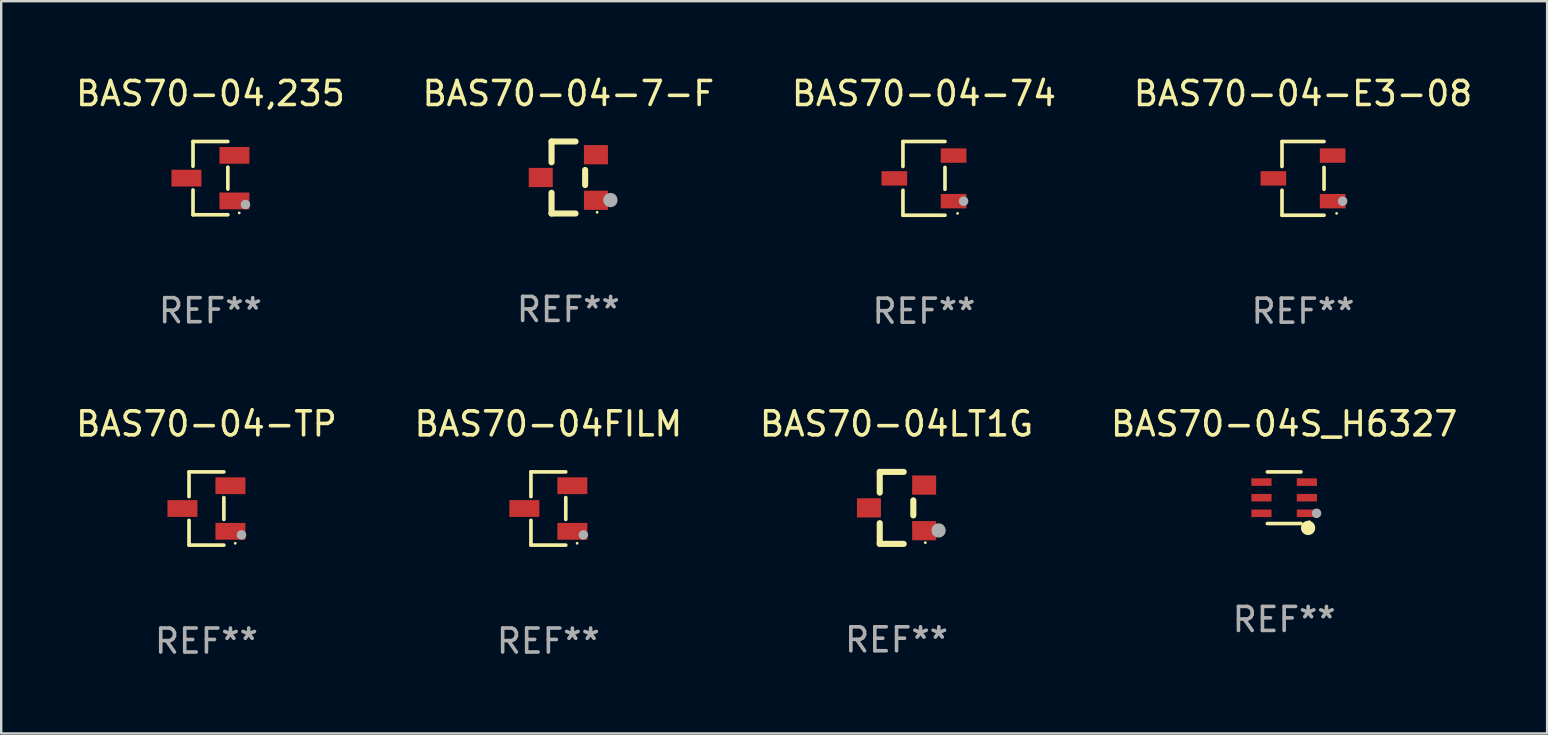
<source format=kicad_pcb>
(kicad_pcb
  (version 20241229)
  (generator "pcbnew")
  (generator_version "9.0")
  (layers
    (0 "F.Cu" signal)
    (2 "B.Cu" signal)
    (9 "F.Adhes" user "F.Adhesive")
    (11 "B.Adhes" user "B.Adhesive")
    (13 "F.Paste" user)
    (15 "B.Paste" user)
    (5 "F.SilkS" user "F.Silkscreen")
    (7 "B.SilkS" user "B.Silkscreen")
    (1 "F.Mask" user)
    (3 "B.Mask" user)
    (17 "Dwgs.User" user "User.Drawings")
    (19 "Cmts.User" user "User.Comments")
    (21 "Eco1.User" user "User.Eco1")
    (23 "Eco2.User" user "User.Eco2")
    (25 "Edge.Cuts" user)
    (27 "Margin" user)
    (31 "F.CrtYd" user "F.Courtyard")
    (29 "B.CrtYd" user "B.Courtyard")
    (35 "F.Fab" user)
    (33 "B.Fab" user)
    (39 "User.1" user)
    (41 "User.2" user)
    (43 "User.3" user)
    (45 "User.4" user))
  (footprint "BAS70-04LT1G"
    (layer "F.Cu")
    (at 34.315 18.117)
    (property "Reference" "BAS70-04LT1G" (at 0 -3.5 0) (layer "F.SilkS") (effects (font (size 1 1) (thickness 0.15))))
    (attr through_hole)
    (fp_line (start -0.7 -1.5) (end 0.3 -1.5) (stroke (width 0.254) (type solid)) (layer "F.SilkS"))
    (fp_line (start -0.7 -0.636) (end -0.7 -1.5) (stroke (width 0.254) (type solid)) (layer "F.SilkS"))
    (fp_line (start -0.7 1.5) (end -0.7 0.636) (stroke (width 0.254) (type solid)) (layer "F.SilkS"))
    (fp_line (start -0.7 1.5) (end 0.3 1.5) (stroke (width 0.254) (type solid)) (layer "F.SilkS"))
    (fp_line (start 0.7 0.314) (end 0.7 -0.314) (stroke (width 0.254) (type solid)) (layer "F.SilkS"))
    (fp_circle (center 1.2 1.45) (end 1.23 1.45) (stroke (width 0.06) (type solid)) (fill no) (layer "F.SilkS"))
    (fp_circle (center 1.753 0.94) (end 1.903 0.94) (stroke (width 0.3) (type solid)) (fill no) (layer "F.Fab"))
    (fp_text user "REF**" (at 0 5.5 0) (layer "F.Fab") (effects (font (size 1 1) (thickness 0.15))))
    (pad "1" smd rect (at 1.15 0.95 180) (size 1 0.8) (layers "F.Cu" "F.Mask" "F.Paste"))
    (pad "2" smd rect (at 1.15 -0.95 180) (size 1 0.8) (layers "F.Cu" "F.Mask" "F.Paste"))
    (pad "3" smd rect (at -1.15 -0.000051 180) (size 1 0.8) (layers "F.Cu" "F.Mask" "F.Paste")))
  (footprint "BAS70-04FILM"
    (layer "F.Cu")
    (at 19.804 18.143)
    (property "Reference" "BAS70-04FILM" (at 0 -3.526 0) (layer "F.SilkS") (effects (font (size 1 1) (thickness 0.15))))
    (attr through_hole)
    (fp_line (start -0.726 -1.526) (end -0.726 -0.495) (stroke (width 0.152) (type solid)) (layer "F.SilkS"))
    (fp_line (start -0.726 1.526) (end -0.726 0.495) (stroke (width 0.152) (type solid)) (layer "F.SilkS"))
    (fp_line (start 0.726 -1.526) (end -0.726 -1.526) (stroke (width 0.152) (type solid)) (layer "F.SilkS"))
    (fp_line (start 0.726 -0.455) (end 0.726 0.455) (stroke (width 0.152) (type solid)) (layer "F.SilkS"))
    (fp_line (start 0.726 1.526) (end -0.726 1.526) (stroke (width 0.152) (type solid)) (layer "F.SilkS"))
    (fp_circle (center 1.2 1.45) (end 1.23 1.45) (stroke (width 0.06) (type solid)) (fill no) (layer "F.SilkS"))
    (fp_circle (center 1.46 1.1) (end 1.56 1.1) (stroke (width 0.2) (type solid)) (fill no) (layer "F.Fab"))
    (fp_text user "REF**" (at 0 5.526 0) (layer "F.Fab") (effects (font (size 1 1) (thickness 0.15))))
    (pad "1" smd rect (at 1 0.95) (size 1.25 0.7) (layers "F.Cu" "F.Mask" "F.Paste"))
    (pad "2" smd rect (at 1 -0.95) (size 1.25 0.7) (layers "F.Cu" "F.Mask" "F.Paste"))
    (pad "3" smd rect (at -1 0) (size 1.25 0.7) (layers "F.Cu" "F.Mask" "F.Paste")))
  (footprint "BAS70-04,235"
    (layer "F.Cu")
    (at 5.72 4.374)
    (property "Reference" "BAS70-04,235" (at 0 -3.526 0) (layer "F.SilkS") (effects (font (size 1 1) (thickness 0.15))))
    (attr through_hole)
    (fp_line (start -0.726 -1.526) (end -0.726 -0.495) (stroke (width 0.152) (type solid)) (layer "F.SilkS"))
    (fp_line (start -0.726 1.526) (end -0.726 0.495) (stroke (width 0.152) (type solid)) (layer "F.SilkS"))
    (fp_line (start 0.726 -1.526) (end -0.726 -1.526) (stroke (width 0.152) (type solid)) (layer "F.SilkS"))
    (fp_line (start 0.726 -0.455) (end 0.726 0.455) (stroke (width 0.152) (type solid)) (layer "F.SilkS"))
    (fp_line (start 0.726 1.526) (end -0.726 1.526) (stroke (width 0.152) (type solid)) (layer "F.SilkS"))
    (fp_circle (center 1.2 1.45) (end 1.23 1.45) (stroke (width 0.06) (type solid)) (fill no) (layer "F.SilkS"))
    (fp_circle (center 1.46 1.1) (end 1.56 1.1) (stroke (width 0.2) (type solid)) (fill no) (layer "F.Fab"))
    (fp_text user "REF**" (at 0 5.526 0) (layer "F.Fab") (effects (font (size 1 1) (thickness 0.15))))
    (pad "1" smd rect (at 1 0.95) (size 1.25 0.7) (layers "F.Cu" "F.Mask" "F.Paste"))
    (pad "2" smd rect (at 1 -0.95) (size 1.25 0.7) (layers "F.Cu" "F.Mask" "F.Paste"))
    (pad "3" smd rect (at -1 0) (size 1.25 0.7) (layers "F.Cu" "F.Mask" "F.Paste")))
  (footprint "BAS70-04-7-F"
    (layer "F.Cu")
    (at 20.637 4.348)
    (property "Reference" "BAS70-04-7-F" (at 0 -3.5 0) (layer "F.SilkS") (effects (font (size 1 1) (thickness 0.15))))
    (attr through_hole)
    (fp_line (start -0.7 -1.5) (end 0.3 -1.5) (stroke (width 0.254) (type solid)) (layer "F.SilkS"))
    (fp_line (start -0.7 -0.636) (end -0.7 -1.5) (stroke (width 0.254) (type solid)) (layer "F.SilkS"))
    (fp_line (start -0.7 1.5) (end -0.7 0.636) (stroke (width 0.254) (type solid)) (layer "F.SilkS"))
    (fp_line (start -0.7 1.5) (end 0.3 1.5) (stroke (width 0.254) (type solid)) (layer "F.SilkS"))
    (fp_line (start 0.7 0.314) (end 0.7 -0.314) (stroke (width 0.254) (type solid)) (layer "F.SilkS"))
    (fp_circle (center 1.2 1.45) (end 1.23 1.45) (stroke (width 0.06) (type solid)) (fill no) (layer "F.SilkS"))
    (fp_circle (center 1.753 0.94) (end 1.903 0.94) (stroke (width 0.3) (type solid)) (fill no) (layer "F.Fab"))
    (fp_text user "REF**" (at 0 5.5 0) (layer "F.Fab") (effects (font (size 1 1) (thickness 0.15))))
    (pad "1" smd rect (at 1.15 0.95 180) (size 1 0.8) (layers "F.Cu" "F.Mask" "F.Paste"))
    (pad "2" smd rect (at 1.15 -0.95 180) (size 1 0.8) (layers "F.Cu" "F.Mask" "F.Paste"))
    (pad "3" smd rect (at -1.15 -0.000051 180) (size 1 0.8) (layers "F.Cu" "F.Mask" "F.Paste")))
  (footprint "BAS70-04-E3-08"
    (layer "F.Cu")
    (at 51.256 4.384)
    (property "Reference" "BAS70-04-E3-08" (at 0 -3.536 0) (layer "F.SilkS") (effects (font (size 1 1) (thickness 0.15))))
    (attr through_hole)
    (fp_line (start -0.876 -1.536) (end -0.876 -0.495) (stroke (width 0.152) (type solid)) (layer "F.SilkS"))
    (fp_line (start -0.876 1.536) (end -0.876 0.495) (stroke (width 0.152) (type solid)) (layer "F.SilkS"))
    (fp_line (start 0.876 -1.536) (end -0.876 -1.536) (stroke (width 0.152) (type solid)) (layer "F.SilkS"))
    (fp_line (start 0.876 -0.455) (end 0.876 0.455) (stroke (width 0.152) (type solid)) (layer "F.SilkS"))
    (fp_line (start 0.876 1.536) (end -0.876 1.536) (stroke (width 0.152) (type solid)) (layer "F.SilkS"))
    (fp_circle (center 1.4 1.46) (end 1.43 1.46) (stroke (width 0.06) (type solid)) (fill no) (layer "F.SilkS"))
    (fp_circle (center 1.651 0.95) (end 1.751 0.95) (stroke (width 0.2) (type solid)) (fill no) (layer "F.Fab"))
    (fp_text user "REF**" (at 0 5.536 0) (layer "F.Fab") (effects (font (size 1 1) (thickness 0.15))))
    (pad "1" smd rect (at 1.235 0.95) (size 1.07 0.6) (layers "F.Cu" "F.Mask" "F.Paste"))
    (pad "2" smd rect (at 1.235 -0.95) (size 1.07 0.6) (layers "F.Cu" "F.Mask" "F.Paste"))
    (pad "3" smd rect (at -1.235 0) (size 1.07 0.6) (layers "F.Cu" "F.Mask" "F.Paste")))
  (footprint "BAS70-04-TP"
    (layer "F.Cu")
    (at 5.554 18.143)
    (property "Reference" "BAS70-04-TP" (at 0 -3.526 0) (layer "F.SilkS") (effects (font (size 1 1) (thickness 0.15))))
    (attr through_hole)
    (fp_line (start -0.726 -1.526) (end -0.726 -0.495) (stroke (width 0.152) (type solid)) (layer "F.SilkS"))
    (fp_line (start -0.726 1.526) (end -0.726 0.495) (stroke (width 0.152) (type solid)) (layer "F.SilkS"))
    (fp_line (start 0.726 -1.526) (end -0.726 -1.526) (stroke (width 0.152) (type solid)) (layer "F.SilkS"))
    (fp_line (start 0.726 -0.455) (end 0.726 0.455) (stroke (width 0.152) (type solid)) (layer "F.SilkS"))
    (fp_line (start 0.726 1.526) (end -0.726 1.526) (stroke (width 0.152) (type solid)) (layer "F.SilkS"))
    (fp_circle (center 1.2 1.45) (end 1.23 1.45) (stroke (width 0.06) (type solid)) (fill no) (layer "F.SilkS"))
    (fp_circle (center 1.46 1.1) (end 1.56 1.1) (stroke (width 0.2) (type solid)) (fill no) (layer "F.Fab"))
    (fp_text user "REF**" (at 0 5.526 0) (layer "F.Fab") (effects (font (size 1 1) (thickness 0.15))))
    (pad "1" smd rect (at 1 0.95) (size 1.25 0.7) (layers "F.Cu" "F.Mask" "F.Paste"))
    (pad "2" smd rect (at 1 -0.95) (size 1.25 0.7) (layers "F.Cu" "F.Mask" "F.Paste"))
    (pad "3" smd rect (at -1 0) (size 1.25 0.7) (layers "F.Cu" "F.Mask" "F.Paste")))
  (footprint "BAS70-04-74"
    (layer "F.Cu")
    (at 35.458 4.384)
    (property "Reference" "BAS70-04-74" (at 0 -3.536 0) (layer "F.SilkS") (effects (font (size 1 1) (thickness 0.15))))
    (attr through_hole)
    (fp_line (start -0.876 -1.536) (end -0.876 -0.495) (stroke (width 0.152) (type solid)) (layer "F.SilkS"))
    (fp_line (start -0.876 1.536) (end -0.876 0.495) (stroke (width 0.152) (type solid)) (layer "F.SilkS"))
    (fp_line (start 0.876 -1.536) (end -0.876 -1.536) (stroke (width 0.152) (type solid)) (layer "F.SilkS"))
    (fp_line (start 0.876 -0.455) (end 0.876 0.455) (stroke (width 0.152) (type solid)) (layer "F.SilkS"))
    (fp_line (start 0.876 1.536) (end -0.876 1.536) (stroke (width 0.152) (type solid)) (layer "F.SilkS"))
    (fp_circle (center 1.4 1.46) (end 1.43 1.46) (stroke (width 0.06) (type solid)) (fill no) (layer "F.SilkS"))
    (fp_circle (center 1.651 0.95) (end 1.751 0.95) (stroke (width 0.2) (type solid)) (fill no) (layer "F.Fab"))
    (fp_text user "REF**" (at 0 5.536 0) (layer "F.Fab") (effects (font (size 1 1) (thickness 0.15))))
    (pad "1" smd rect (at 1.235 0.95) (size 1.07 0.6) (layers "F.Cu" "F.Mask" "F.Paste"))
    (pad "2" smd rect (at 1.235 -0.95) (size 1.07 0.6) (layers "F.Cu" "F.Mask" "F.Paste"))
    (pad "3" smd rect (at -1.235 0) (size 1.07 0.6) (layers "F.Cu" "F.Mask" "F.Paste")))
  (footprint "BAS70-04S_H6327"
    (layer "F.Cu")
    (at 50.47 17.693)
    (property "Reference" "BAS70-04S_H6327" (at 0 -3.076 0) (layer "F.SilkS") (effects (font (size 1 1) (thickness 0.15))))
    (attr through_hole)
    (fp_line (start 0.701 -1.076) (end -0.701 -1.076) (stroke (width 0.152) (type solid)) (layer "F.SilkS"))
    (fp_line (start 0.701 1.076) (end -0.701 1.076) (stroke (width 0.152) (type solid)) (layer "F.SilkS"))
    (fp_circle (center 0.998 1.26) (end 1.148 1.26) (stroke (width 0.3) (type solid)) (fill no) (layer "F.SilkS"))
    (fp_circle (center 1.05 1) (end 1.08 1) (stroke (width 0.06) (type solid)) (fill no) (layer "F.SilkS"))
    (fp_circle (center 1.35 0.65) (end 1.45 0.65) (stroke (width 0.2) (type solid)) (fill no) (layer "F.Fab"))
    (fp_text user "REF**" (at 0 5.076 0) (layer "F.Fab") (effects (font (size 1 1) (thickness 0.15))))
    (pad "1" smd rect (at 0.946 0.65) (size 0.841 0.315) (layers "F.Cu" "F.Mask" "F.Paste"))
    (pad "2" smd rect (at 0.946 0) (size 0.841 0.315) (layers "F.Cu" "F.Mask" "F.Paste"))
    (pad "3" smd rect (at 0.946 -0.65) (size 0.841 0.315) (layers "F.Cu" "F.Mask" "F.Paste"))
    (pad "4" smd rect (at -0.946 -0.65) (size 0.841 0.315) (layers "F.Cu" "F.Mask" "F.Paste"))
    (pad "5" smd rect (at -0.946 0) (size 0.841 0.315) (layers "F.Cu" "F.Mask" "F.Paste"))
    (pad "6" smd rect (at -0.946 0.65) (size 0.841 0.315) (layers "F.Cu" "F.Mask" "F.Paste")))
  (gr_rect
    (start -3 -3)
    (end 61.429 27.518)
    (stroke (width 0.1) (type default))
    (fill no)
    (layer "Edge.Cuts")))
</source>
